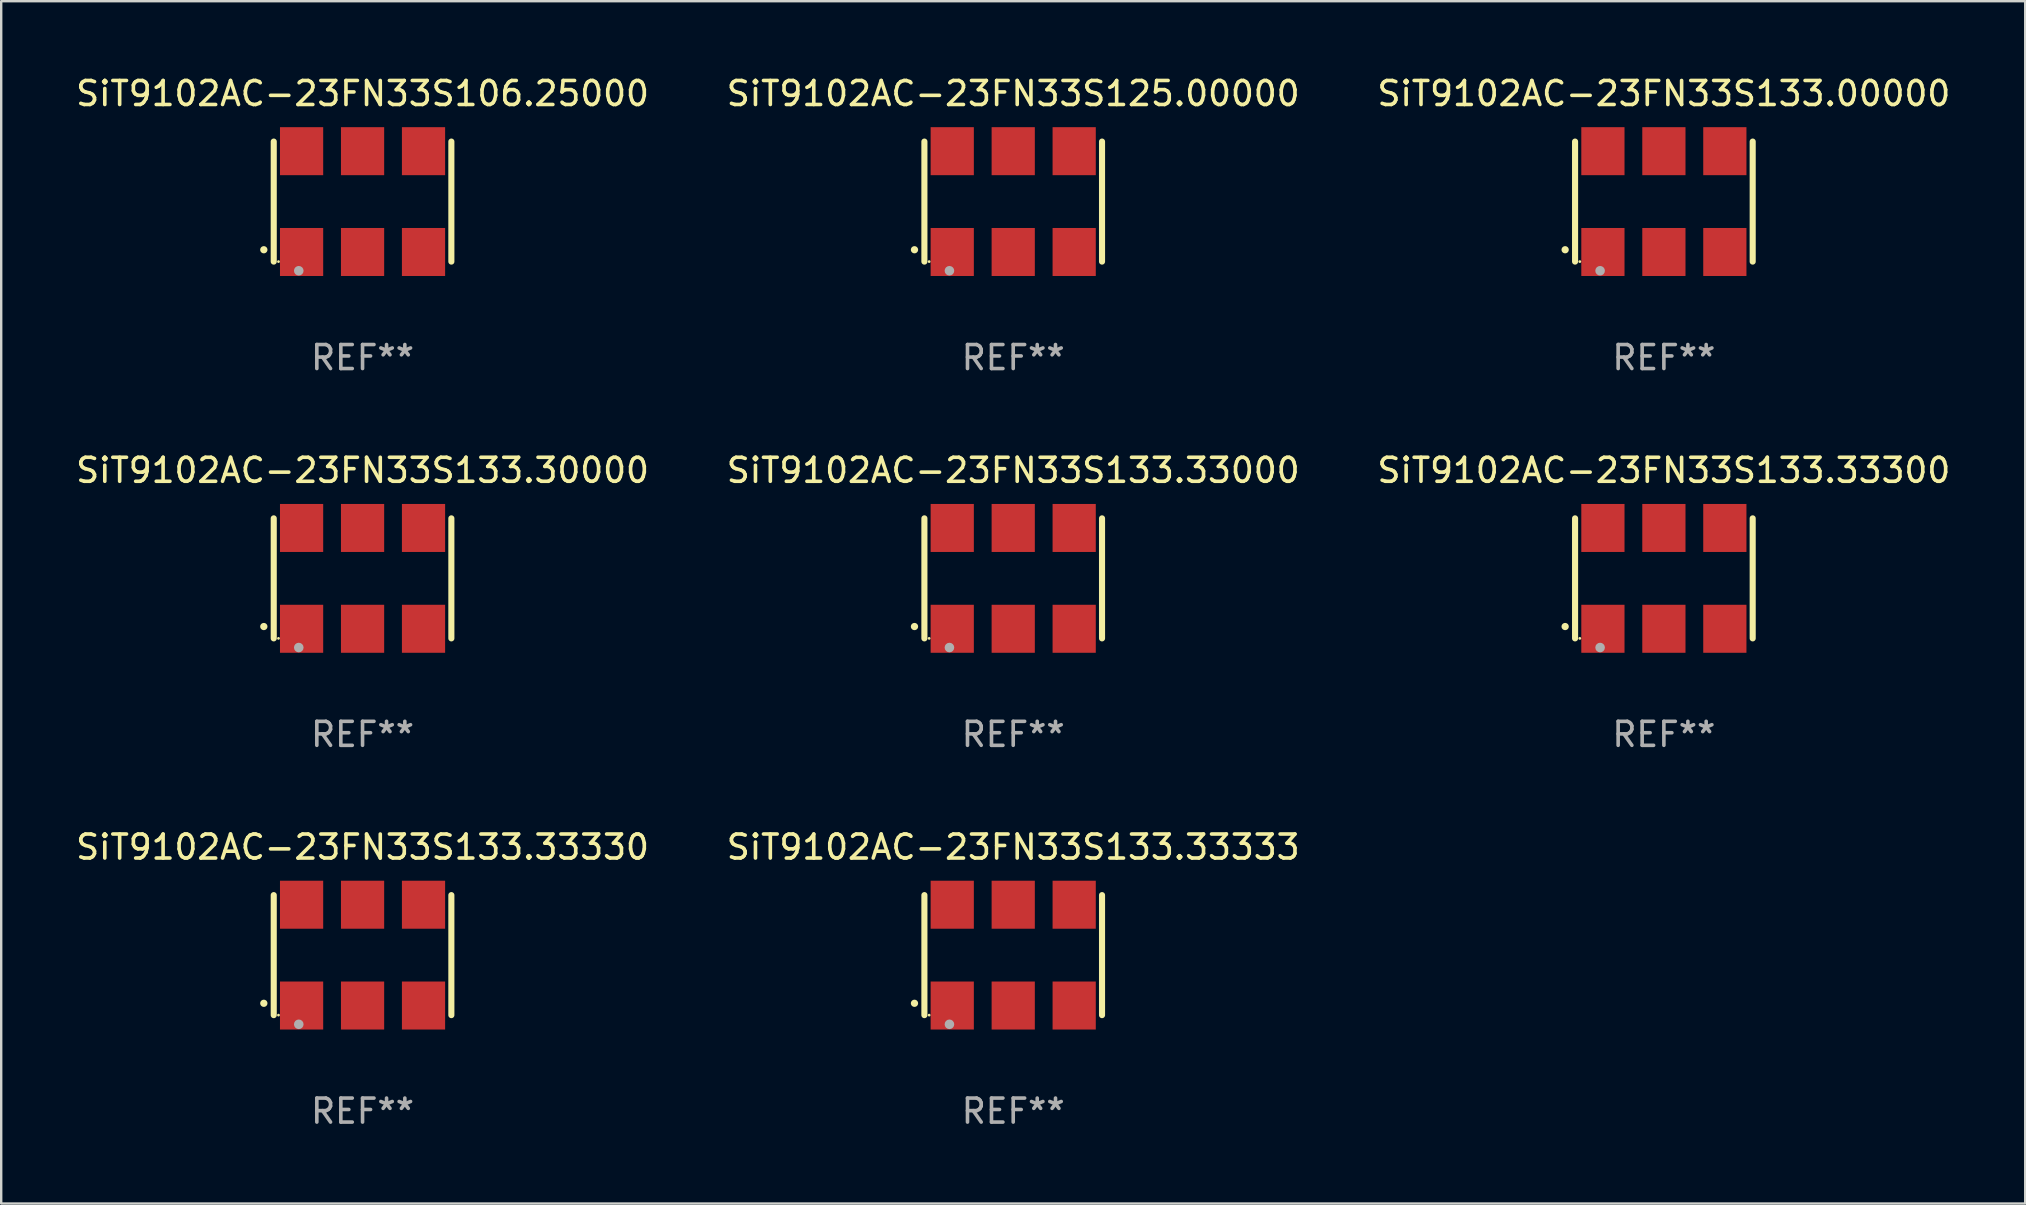
<source format=kicad_pcb>
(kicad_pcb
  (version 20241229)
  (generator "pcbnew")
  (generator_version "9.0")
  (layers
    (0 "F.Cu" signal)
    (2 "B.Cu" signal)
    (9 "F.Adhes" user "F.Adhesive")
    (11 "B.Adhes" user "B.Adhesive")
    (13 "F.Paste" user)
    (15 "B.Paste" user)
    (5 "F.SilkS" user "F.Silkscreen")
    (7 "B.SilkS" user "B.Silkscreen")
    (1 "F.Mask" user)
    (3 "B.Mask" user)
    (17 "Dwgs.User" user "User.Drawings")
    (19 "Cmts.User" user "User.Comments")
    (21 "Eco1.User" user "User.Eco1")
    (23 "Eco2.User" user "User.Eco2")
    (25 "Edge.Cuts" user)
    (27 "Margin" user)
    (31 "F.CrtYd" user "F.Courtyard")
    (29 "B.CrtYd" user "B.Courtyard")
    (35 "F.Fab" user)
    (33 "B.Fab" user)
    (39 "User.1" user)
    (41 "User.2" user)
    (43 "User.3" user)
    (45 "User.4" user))
  (footprint "SiT9102AC-23FN33S133.33000"
    (layer "F.Cu")
    (at 39.161 21.045)
    (property "Reference" "SiT9102AC-23FN33S133.33000" (at 0 -4.5 0) (layer "F.SilkS") (effects (font (size 1 1) (thickness 0.15))))
    (attr through_hole)
    (fp_line (start -3.7 -2.5) (end -3.7 2.5) (stroke (width 0.254) (type solid)) (layer "F.SilkS"))
    (fp_line (start 3.7 -2.5) (end 3.7 2.5) (stroke (width 0.254) (type solid)) (layer "F.SilkS"))
    (fp_arc (start -4.114415 2.006604) (mid -4.113145 2.006599) (end -4.111875 2.006604) (stroke (width 0.3) (type solid)) (layer "F.SilkS"))
    (fp_circle (center -3.502 2.5) (end -3.472 2.5) (stroke (width 0.06) (type solid)) (fill no) (layer "F.SilkS"))
    (fp_circle (center -2.657 2.882) (end -2.557 2.882) (stroke (width 0.2) (type solid)) (fill no) (layer "F.Fab"))
    (fp_text user "REF**" (at 0 6.5 0) (layer "F.Fab") (effects (font (size 1 1) (thickness 0.15))))
    (pad "1" smd rect (at -2.54 2.1) (size 1.8 2) (layers "F.Cu" "F.Mask" "F.Paste"))
    (pad "2" smd rect (at 0.000394 2.1) (size 1.8 2) (layers "F.Cu" "F.Mask" "F.Paste"))
    (pad "3" smd rect (at 2.54 2.1) (size 1.8 2) (layers "F.Cu" "F.Mask" "F.Paste"))
    (pad "4" smd rect (at 2.54 -2.1) (size 1.8 2) (layers "F.Cu" "F.Mask" "F.Paste"))
    (pad "5" smd rect (at 0.000394 -2.1) (size 1.8 2) (layers "F.Cu" "F.Mask" "F.Paste"))
    (pad "6" smd rect (at -2.54 -2.1) (size 1.8 2) (layers "F.Cu" "F.Mask" "F.Paste")))
  (footprint "SiT9102AC-23FN33S133.33330"
    (layer "F.Cu")
    (at 12.054 36.741)
    (property "Reference" "SiT9102AC-23FN33S133.33330" (at 0 -4.5 0) (layer "F.SilkS") (effects (font (size 1 1) (thickness 0.15))))
    (attr through_hole)
    (fp_line (start -3.7 -2.5) (end -3.7 2.5) (stroke (width 0.254) (type solid)) (layer "F.SilkS"))
    (fp_line (start 3.7 -2.5) (end 3.7 2.5) (stroke (width 0.254) (type solid)) (layer "F.SilkS"))
    (fp_arc (start -4.114415 2.006604) (mid -4.113145 2.006599) (end -4.111875 2.006604) (stroke (width 0.3) (type solid)) (layer "F.SilkS"))
    (fp_circle (center -3.502 2.5) (end -3.472 2.5) (stroke (width 0.06) (type solid)) (fill no) (layer "F.SilkS"))
    (fp_circle (center -2.657 2.882) (end -2.557 2.882) (stroke (width 0.2) (type solid)) (fill no) (layer "F.Fab"))
    (fp_text user "REF**" (at 0 6.5 0) (layer "F.Fab") (effects (font (size 1 1) (thickness 0.15))))
    (pad "1" smd rect (at -2.54 2.1) (size 1.8 2) (layers "F.Cu" "F.Mask" "F.Paste"))
    (pad "2" smd rect (at 0.000394 2.1) (size 1.8 2) (layers "F.Cu" "F.Mask" "F.Paste"))
    (pad "3" smd rect (at 2.54 2.1) (size 1.8 2) (layers "F.Cu" "F.Mask" "F.Paste"))
    (pad "4" smd rect (at 2.54 -2.1) (size 1.8 2) (layers "F.Cu" "F.Mask" "F.Paste"))
    (pad "5" smd rect (at 0.000394 -2.1) (size 1.8 2) (layers "F.Cu" "F.Mask" "F.Paste"))
    (pad "6" smd rect (at -2.54 -2.1) (size 1.8 2) (layers "F.Cu" "F.Mask" "F.Paste")))
  (footprint "SiT9102AC-23FN33S133.33333"
    (layer "F.Cu")
    (at 39.161 36.741)
    (property "Reference" "SiT9102AC-23FN33S133.33333" (at 0 -4.5 0) (layer "F.SilkS") (effects (font (size 1 1) (thickness 0.15))))
    (attr through_hole)
    (fp_line (start -3.7 -2.5) (end -3.7 2.5) (stroke (width 0.254) (type solid)) (layer "F.SilkS"))
    (fp_line (start 3.7 -2.5) (end 3.7 2.5) (stroke (width 0.254) (type solid)) (layer "F.SilkS"))
    (fp_arc (start -4.114415 2.006604) (mid -4.113145 2.006599) (end -4.111875 2.006604) (stroke (width 0.3) (type solid)) (layer "F.SilkS"))
    (fp_circle (center -3.502 2.5) (end -3.472 2.5) (stroke (width 0.06) (type solid)) (fill no) (layer "F.SilkS"))
    (fp_circle (center -2.657 2.882) (end -2.557 2.882) (stroke (width 0.2) (type solid)) (fill no) (layer "F.Fab"))
    (fp_text user "REF**" (at 0 6.5 0) (layer "F.Fab") (effects (font (size 1 1) (thickness 0.15))))
    (pad "1" smd rect (at -2.54 2.1) (size 1.8 2) (layers "F.Cu" "F.Mask" "F.Paste"))
    (pad "2" smd rect (at 0.000394 2.1) (size 1.8 2) (layers "F.Cu" "F.Mask" "F.Paste"))
    (pad "3" smd rect (at 2.54 2.1) (size 1.8 2) (layers "F.Cu" "F.Mask" "F.Paste"))
    (pad "4" smd rect (at 2.54 -2.1) (size 1.8 2) (layers "F.Cu" "F.Mask" "F.Paste"))
    (pad "5" smd rect (at 0.000394 -2.1) (size 1.8 2) (layers "F.Cu" "F.Mask" "F.Paste"))
    (pad "6" smd rect (at -2.54 -2.1) (size 1.8 2) (layers "F.Cu" "F.Mask" "F.Paste")))
  (footprint "SiT9102AC-23FN33S106.25000"
    (layer "F.Cu")
    (at 12.054 5.348)
    (property "Reference" "SiT9102AC-23FN33S106.25000" (at 0 -4.5 0) (layer "F.SilkS") (effects (font (size 1 1) (thickness 0.15))))
    (attr through_hole)
    (fp_line (start -3.7 -2.5) (end -3.7 2.5) (stroke (width 0.254) (type solid)) (layer "F.SilkS"))
    (fp_line (start 3.7 -2.5) (end 3.7 2.5) (stroke (width 0.254) (type solid)) (layer "F.SilkS"))
    (fp_arc (start -4.114415 2.006604) (mid -4.113145 2.006599) (end -4.111875 2.006604) (stroke (width 0.3) (type solid)) (layer "F.SilkS"))
    (fp_circle (center -3.502 2.5) (end -3.472 2.5) (stroke (width 0.06) (type solid)) (fill no) (layer "F.SilkS"))
    (fp_circle (center -2.657 2.882) (end -2.557 2.882) (stroke (width 0.2) (type solid)) (fill no) (layer "F.Fab"))
    (fp_text user "REF**" (at 0 6.5 0) (layer "F.Fab") (effects (font (size 1 1) (thickness 0.15))))
    (pad "1" smd rect (at -2.54 2.1) (size 1.8 2) (layers "F.Cu" "F.Mask" "F.Paste"))
    (pad "2" smd rect (at 0.000394 2.1) (size 1.8 2) (layers "F.Cu" "F.Mask" "F.Paste"))
    (pad "3" smd rect (at 2.54 2.1) (size 1.8 2) (layers "F.Cu" "F.Mask" "F.Paste"))
    (pad "4" smd rect (at 2.54 -2.1) (size 1.8 2) (layers "F.Cu" "F.Mask" "F.Paste"))
    (pad "5" smd rect (at 0.000394 -2.1) (size 1.8 2) (layers "F.Cu" "F.Mask" "F.Paste"))
    (pad "6" smd rect (at -2.54 -2.1) (size 1.8 2) (layers "F.Cu" "F.Mask" "F.Paste")))
  (footprint "SiT9102AC-23FN33S125.00000"
    (layer "F.Cu")
    (at 39.161 5.348)
    (property "Reference" "SiT9102AC-23FN33S125.00000" (at 0 -4.5 0) (layer "F.SilkS") (effects (font (size 1 1) (thickness 0.15))))
    (attr through_hole)
    (fp_line (start -3.7 -2.5) (end -3.7 2.5) (stroke (width 0.254) (type solid)) (layer "F.SilkS"))
    (fp_line (start 3.7 -2.5) (end 3.7 2.5) (stroke (width 0.254) (type solid)) (layer "F.SilkS"))
    (fp_arc (start -4.114415 2.006604) (mid -4.113145 2.006599) (end -4.111875 2.006604) (stroke (width 0.3) (type solid)) (layer "F.SilkS"))
    (fp_circle (center -3.502 2.5) (end -3.472 2.5) (stroke (width 0.06) (type solid)) (fill no) (layer "F.SilkS"))
    (fp_circle (center -2.657 2.882) (end -2.557 2.882) (stroke (width 0.2) (type solid)) (fill no) (layer "F.Fab"))
    (fp_text user "REF**" (at 0 6.5 0) (layer "F.Fab") (effects (font (size 1 1) (thickness 0.15))))
    (pad "1" smd rect (at -2.54 2.1) (size 1.8 2) (layers "F.Cu" "F.Mask" "F.Paste"))
    (pad "2" smd rect (at 0.000394 2.1) (size 1.8 2) (layers "F.Cu" "F.Mask" "F.Paste"))
    (pad "3" smd rect (at 2.54 2.1) (size 1.8 2) (layers "F.Cu" "F.Mask" "F.Paste"))
    (pad "4" smd rect (at 2.54 -2.1) (size 1.8 2) (layers "F.Cu" "F.Mask" "F.Paste"))
    (pad "5" smd rect (at 0.000394 -2.1) (size 1.8 2) (layers "F.Cu" "F.Mask" "F.Paste"))
    (pad "6" smd rect (at -2.54 -2.1) (size 1.8 2) (layers "F.Cu" "F.Mask" "F.Paste")))
  (footprint "SiT9102AC-23FN33S133.00000"
    (layer "F.Cu")
    (at 66.268 5.348)
    (property "Reference" "SiT9102AC-23FN33S133.00000" (at 0 -4.5 0) (layer "F.SilkS") (effects (font (size 1 1) (thickness 0.15))))
    (attr through_hole)
    (fp_line (start -3.7 -2.5) (end -3.7 2.5) (stroke (width 0.254) (type solid)) (layer "F.SilkS"))
    (fp_line (start 3.7 -2.5) (end 3.7 2.5) (stroke (width 0.254) (type solid)) (layer "F.SilkS"))
    (fp_arc (start -4.114415 2.006604) (mid -4.113145 2.006599) (end -4.111875 2.006604) (stroke (width 0.3) (type solid)) (layer "F.SilkS"))
    (fp_circle (center -3.502 2.5) (end -3.472 2.5) (stroke (width 0.06) (type solid)) (fill no) (layer "F.SilkS"))
    (fp_circle (center -2.657 2.882) (end -2.557 2.882) (stroke (width 0.2) (type solid)) (fill no) (layer "F.Fab"))
    (fp_text user "REF**" (at 0 6.5 0) (layer "F.Fab") (effects (font (size 1 1) (thickness 0.15))))
    (pad "1" smd rect (at -2.54 2.1) (size 1.8 2) (layers "F.Cu" "F.Mask" "F.Paste"))
    (pad "2" smd rect (at 0.000394 2.1) (size 1.8 2) (layers "F.Cu" "F.Mask" "F.Paste"))
    (pad "3" smd rect (at 2.54 2.1) (size 1.8 2) (layers "F.Cu" "F.Mask" "F.Paste"))
    (pad "4" smd rect (at 2.54 -2.1) (size 1.8 2) (layers "F.Cu" "F.Mask" "F.Paste"))
    (pad "5" smd rect (at 0.000394 -2.1) (size 1.8 2) (layers "F.Cu" "F.Mask" "F.Paste"))
    (pad "6" smd rect (at -2.54 -2.1) (size 1.8 2) (layers "F.Cu" "F.Mask" "F.Paste")))
  (footprint "SiT9102AC-23FN33S133.30000"
    (layer "F.Cu")
    (at 12.054 21.045)
    (property "Reference" "SiT9102AC-23FN33S133.30000" (at 0 -4.5 0) (layer "F.SilkS") (effects (font (size 1 1) (thickness 0.15))))
    (attr through_hole)
    (fp_line (start -3.7 -2.5) (end -3.7 2.5) (stroke (width 0.254) (type solid)) (layer "F.SilkS"))
    (fp_line (start 3.7 -2.5) (end 3.7 2.5) (stroke (width 0.254) (type solid)) (layer "F.SilkS"))
    (fp_arc (start -4.114415 2.006604) (mid -4.113145 2.006599) (end -4.111875 2.006604) (stroke (width 0.3) (type solid)) (layer "F.SilkS"))
    (fp_circle (center -3.502 2.5) (end -3.472 2.5) (stroke (width 0.06) (type solid)) (fill no) (layer "F.SilkS"))
    (fp_circle (center -2.657 2.882) (end -2.557 2.882) (stroke (width 0.2) (type solid)) (fill no) (layer "F.Fab"))
    (fp_text user "REF**" (at 0 6.5 0) (layer "F.Fab") (effects (font (size 1 1) (thickness 0.15))))
    (pad "1" smd rect (at -2.54 2.1) (size 1.8 2) (layers "F.Cu" "F.Mask" "F.Paste"))
    (pad "2" smd rect (at 0.000394 2.1) (size 1.8 2) (layers "F.Cu" "F.Mask" "F.Paste"))
    (pad "3" smd rect (at 2.54 2.1) (size 1.8 2) (layers "F.Cu" "F.Mask" "F.Paste"))
    (pad "4" smd rect (at 2.54 -2.1) (size 1.8 2) (layers "F.Cu" "F.Mask" "F.Paste"))
    (pad "5" smd rect (at 0.000394 -2.1) (size 1.8 2) (layers "F.Cu" "F.Mask" "F.Paste"))
    (pad "6" smd rect (at -2.54 -2.1) (size 1.8 2) (layers "F.Cu" "F.Mask" "F.Paste")))
  (footprint "SiT9102AC-23FN33S133.33300"
    (layer "F.Cu")
    (at 66.268 21.045)
    (property "Reference" "SiT9102AC-23FN33S133.33300" (at 0 -4.5 0) (layer "F.SilkS") (effects (font (size 1 1) (thickness 0.15))))
    (attr through_hole)
    (fp_line (start -3.7 -2.5) (end -3.7 2.5) (stroke (width 0.254) (type solid)) (layer "F.SilkS"))
    (fp_line (start 3.7 -2.5) (end 3.7 2.5) (stroke (width 0.254) (type solid)) (layer "F.SilkS"))
    (fp_arc (start -4.114415 2.006604) (mid -4.113145 2.006599) (end -4.111875 2.006604) (stroke (width 0.3) (type solid)) (layer "F.SilkS"))
    (fp_circle (center -3.502 2.5) (end -3.472 2.5) (stroke (width 0.06) (type solid)) (fill no) (layer "F.SilkS"))
    (fp_circle (center -2.657 2.882) (end -2.557 2.882) (stroke (width 0.2) (type solid)) (fill no) (layer "F.Fab"))
    (fp_text user "REF**" (at 0 6.5 0) (layer "F.Fab") (effects (font (size 1 1) (thickness 0.15))))
    (pad "1" smd rect (at -2.54 2.1) (size 1.8 2) (layers "F.Cu" "F.Mask" "F.Paste"))
    (pad "2" smd rect (at 0.000394 2.1) (size 1.8 2) (layers "F.Cu" "F.Mask" "F.Paste"))
    (pad "3" smd rect (at 2.54 2.1) (size 1.8 2) (layers "F.Cu" "F.Mask" "F.Paste"))
    (pad "4" smd rect (at 2.54 -2.1) (size 1.8 2) (layers "F.Cu" "F.Mask" "F.Paste"))
    (pad "5" smd rect (at 0.000394 -2.1) (size 1.8 2) (layers "F.Cu" "F.Mask" "F.Paste"))
    (pad "6" smd rect (at -2.54 -2.1) (size 1.8 2) (layers "F.Cu" "F.Mask" "F.Paste")))
  (gr_rect
    (start -3 -3)
    (end 81.321 47.09)
    (stroke (width 0.1) (type default))
    (fill no)
    (layer "Edge.Cuts")))
</source>
